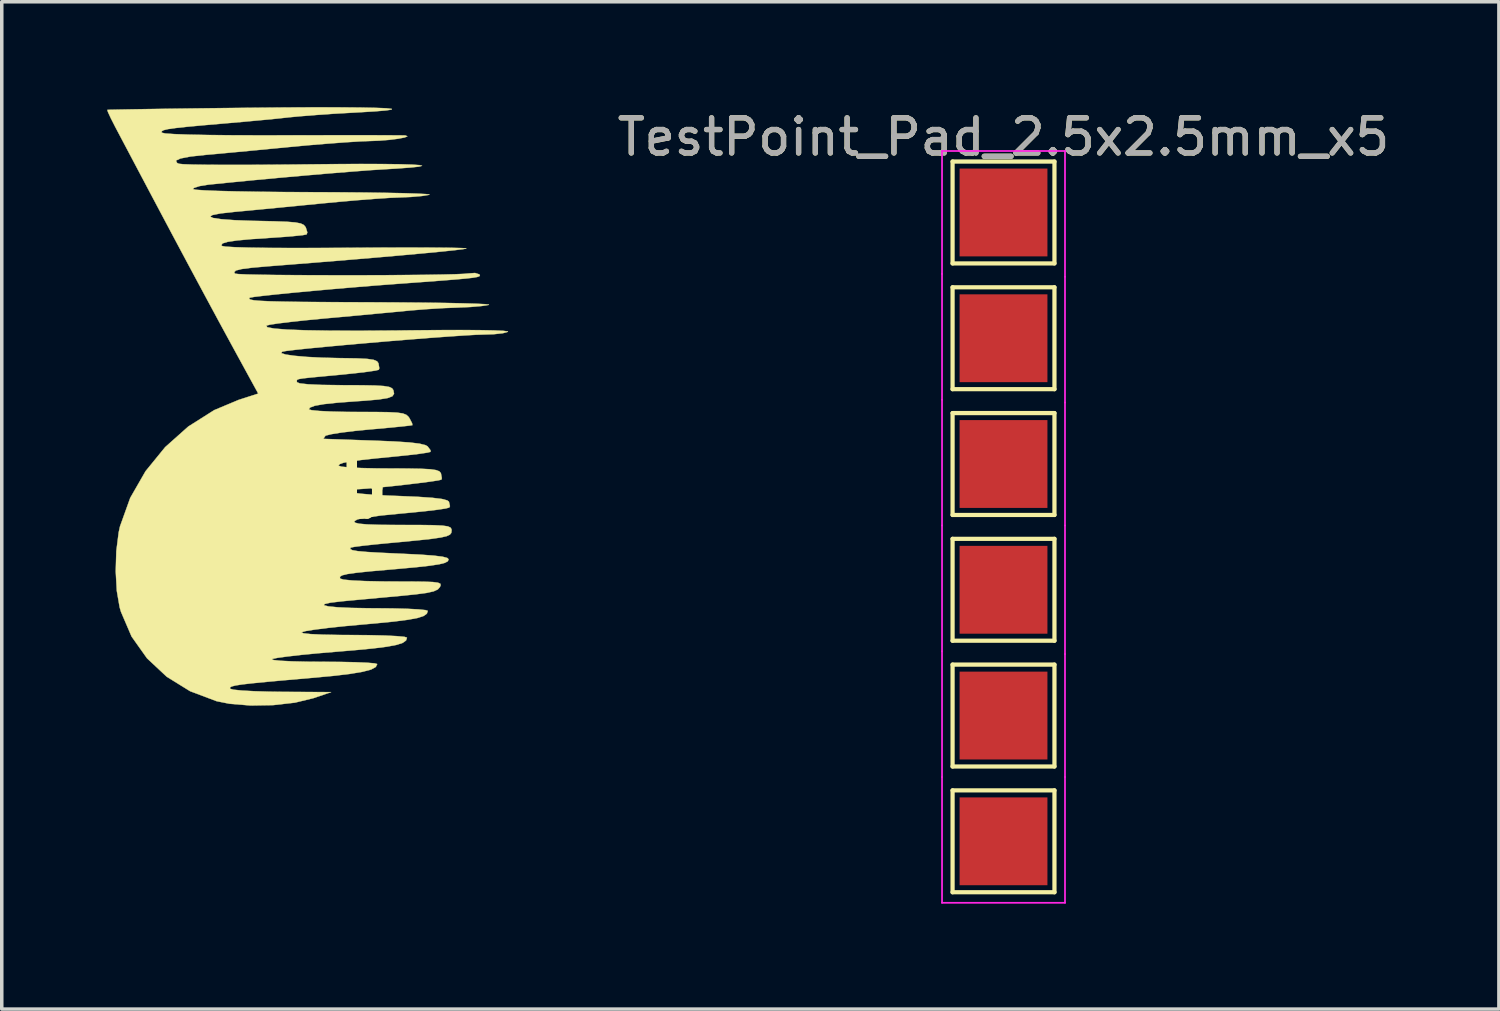
<source format=kicad_pcb>
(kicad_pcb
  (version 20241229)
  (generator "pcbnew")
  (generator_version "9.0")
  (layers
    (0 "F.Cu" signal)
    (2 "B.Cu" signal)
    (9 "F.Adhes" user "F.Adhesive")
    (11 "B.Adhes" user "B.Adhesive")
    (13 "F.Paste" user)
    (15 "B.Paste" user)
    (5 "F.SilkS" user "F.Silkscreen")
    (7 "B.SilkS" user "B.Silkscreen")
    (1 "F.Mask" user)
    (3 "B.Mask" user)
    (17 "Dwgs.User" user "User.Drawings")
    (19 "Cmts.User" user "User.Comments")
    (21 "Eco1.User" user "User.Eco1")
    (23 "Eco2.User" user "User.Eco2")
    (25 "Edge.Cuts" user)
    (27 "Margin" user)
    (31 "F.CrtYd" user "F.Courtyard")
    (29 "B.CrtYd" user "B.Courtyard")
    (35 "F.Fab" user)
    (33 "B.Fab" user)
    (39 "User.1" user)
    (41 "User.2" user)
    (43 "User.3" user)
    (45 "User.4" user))
  (footprint "adilb"
    (layer "F.Cu")
    (at 5.148 10.877)
    (property "Reference" "adilb" (at 0 0 0) (layer "F.SilkS") (effects (font (size 1.524 1.524) (thickness 0.3))))
    (attr through_hole)
    (fp_poly (pts (xy 1.473 -10.871) (xy 2.057 -10.866) (xy 2.501 -10.857) (xy 2.8 -10.845) (xy 2.952 -10.828) (xy 2.951 -10.808) (xy 2.795 -10.784) (xy 2.478 -10.757) (xy 1.997 -10.728) (xy 1.799 -10.717) (xy 1.302 -10.689) (xy 0.8 -10.654) (xy 0.351 -10.618) (xy 0.011 -10.586) (xy 0 -10.584) (xy -0.336 -10.548) (xy -0.783 -10.505) (xy -1.283 -10.459) (xy -1.777 -10.416) (xy -1.778 -10.416) (xy -2.392 -10.363) (xy -2.856 -10.32) (xy -3.19 -10.284) (xy -3.411 -10.253) (xy -3.54 -10.222) (xy -3.595 -10.19) (xy -3.595 -10.154) (xy -3.592 -10.15) (xy -3.494 -10.128) (xy -3.234 -10.11) (xy -2.819 -10.095) (xy -2.256 -10.084) (xy -1.554 -10.077) (xy -0.718 -10.075) (xy -0.141 -10.076) (xy 0.604 -10.077) (xy 1.296 -10.078) (xy 1.917 -10.078) (xy 2.45 -10.078) (xy 2.875 -10.076) (xy 3.174 -10.075) (xy 3.328 -10.072) (xy 3.344 -10.071) (xy 3.399 -10.046) (xy 3.318 -10.013) (xy 3.135 -9.978) (xy 2.884 -9.946) (xy 2.597 -9.923) (xy 2.361 -9.914) (xy 2.069 -9.903) (xy 1.649 -9.877) (xy 1.14 -9.839) (xy 0.582 -9.793) (xy 0.032 -9.742) (xy -0.538 -9.687) (xy -1.101 -9.633) (xy -1.616 -9.585) (xy -2.042 -9.545) (xy -2.328 -9.52) (xy -2.773 -9.472) (xy -3.062 -9.416) (xy -3.191 -9.355) (xy -3.157 -9.289) (xy -3.104 -9.265) (xy -2.987 -9.253) (xy -2.72 -9.243) (xy -2.322 -9.237) (xy -1.812 -9.234) (xy -1.208 -9.234) (xy -0.531 -9.238) (xy 0.201 -9.244) (xy 0.431 -9.247) (xy 1.31 -9.256) (xy 2.065 -9.26) (xy 2.692 -9.258) (xy 3.185 -9.252) (xy 3.54 -9.241) (xy 3.753 -9.226) (xy 3.817 -9.207) (xy 3.73 -9.184) (xy 3.485 -9.158) (xy 3.079 -9.128) (xy 2.773 -9.11) (xy 2.358 -9.084) (xy 1.81 -9.042) (xy 1.164 -8.99) (xy 0.453 -8.929) (xy -0.286 -8.863) (xy -1.019 -8.795) (xy -1.711 -8.727) (xy -2.265 -8.671) (xy -2.513 -8.631) (xy -2.674 -8.579) (xy -2.709 -8.545) (xy -2.627 -8.526) (xy -2.387 -8.509) (xy -2.003 -8.493) (xy -1.488 -8.48) (xy -0.852 -8.469) (xy -0.11 -8.461) (xy 0.726 -8.457) (xy 0.783 -8.457) (xy 1.522 -8.453) (xy 2.196 -8.447) (xy 2.788 -8.438) (xy 3.284 -8.428) (xy 3.666 -8.416) (xy 3.92 -8.403) (xy 4.028 -8.389) (xy 4.022 -8.382) (xy 3.805 -8.347) (xy 3.491 -8.32) (xy 3.177 -8.307) (xy 2.905 -8.296) (xy 2.502 -8.269) (xy 2.007 -8.231) (xy 1.459 -8.183) (xy 0.895 -8.13) (xy 0.891 -8.129) (xy 0.315 -8.073) (xy -0.257 -8.017) (xy -0.783 -7.966) (xy -1.223 -7.924) (xy -1.524 -7.896) (xy -1.918 -7.852) (xy -2.148 -7.807) (xy -2.218 -7.764) (xy -2.134 -7.723) (xy -1.901 -7.688) (xy -1.524 -7.66) (xy -1.008 -7.641) (xy -0.891 -7.639) (xy -0.389 -7.628) (xy -0.03 -7.615) (xy 0.212 -7.595) (xy 0.363 -7.566) (xy 0.451 -7.523) (xy 0.501 -7.463) (xy 0.506 -7.454) (xy 0.55 -7.311) (xy 0.529 -7.254) (xy 0.424 -7.234) (xy 0.186 -7.209) (xy -0.146 -7.181) (xy -0.466 -7.159) (xy -1.033 -7.121) (xy -1.445 -7.083) (xy -1.717 -7.043) (xy -1.863 -6.999) (xy -1.896 -6.949) (xy -1.88 -6.926) (xy -1.776 -6.907) (xy -1.514 -6.891) (xy -1.107 -6.879) (xy -0.564 -6.871) (xy 0.101 -6.868) (xy 0.877 -6.869) (xy 1.64 -6.873) (xy 2.385 -6.878) (xy 3.074 -6.88) (xy 3.69 -6.88) (xy 4.215 -6.878) (xy 4.631 -6.874) (xy 4.921 -6.867) (xy 5.066 -6.859) (xy 5.08 -6.855) (xy 4.998 -6.837) (xy 4.76 -6.807) (xy 4.379 -6.767) (xy 3.869 -6.718) (xy 3.243 -6.661) (xy 2.514 -6.597) (xy 1.694 -6.528) (xy 0.798 -6.455) (xy -0.161 -6.379) (xy -0.579 -6.346) (xy -1.024 -6.307) (xy -1.319 -6.269) (xy -1.482 -6.228) (xy -1.532 -6.18) (xy -1.509 -6.138) (xy -1.415 -6.126) (xy -1.174 -6.115) (xy -0.809 -6.107) (xy -0.342 -6.1) (xy 0.205 -6.096) (xy 0.809 -6.093) (xy 1.448 -6.092) (xy 2.099 -6.092) (xy 2.74 -6.094) (xy 3.349 -6.099) (xy 3.903 -6.104) (xy 4.379 -6.112) (xy 4.756 -6.121) (xy 5.01 -6.132) (xy 5.108 -6.141) (xy 5.323 -6.157) (xy 5.447 -6.117) (xy 5.452 -6.111) (xy 5.462 -6.085) (xy 5.445 -6.062) (xy 5.384 -6.042) (xy 5.261 -6.021) (xy 5.059 -5.998) (xy 4.759 -5.971) (xy 4.344 -5.938) (xy 3.796 -5.897) (xy 3.099 -5.846) (xy 3.048 -5.842) (xy 2.479 -5.799) (xy 1.882 -5.75) (xy 1.279 -5.699) (xy 0.696 -5.646) (xy 0.156 -5.596) (xy -0.317 -5.549) (xy -0.697 -5.508) (xy -0.962 -5.476) (xy -1.087 -5.454) (xy -1.094 -5.451) (xy -1.107 -5.423) (xy -1.07 -5.399) (xy -0.969 -5.379) (xy -0.791 -5.364) (xy -0.522 -5.351) (xy -0.149 -5.342) (xy 0.342 -5.334) (xy 0.965 -5.329) (xy 1.732 -5.325) (xy 2.463 -5.322) (xy 3.203 -5.318) (xy 3.878 -5.312) (xy 4.473 -5.304) (xy 4.97 -5.293) (xy 5.355 -5.282) (xy 5.61 -5.269) (xy 5.721 -5.255) (xy 5.715 -5.248) (xy 5.503 -5.215) (xy 5.189 -5.188) (xy 4.839 -5.173) (xy 4.826 -5.172) (xy 4.435 -5.157) (xy 3.963 -5.128) (xy 3.497 -5.091) (xy 3.387 -5.08) (xy 3.029 -5.046) (xy 2.55 -5.001) (xy 1.997 -4.949) (xy 1.418 -4.896) (xy 1.016 -4.86) (xy 0.517 -4.812) (xy 0.076 -4.764) (xy -0.278 -4.721) (xy -0.519 -4.684) (xy -0.618 -4.658) (xy -0.59 -4.612) (xy -0.394 -4.575) (xy -0.03 -4.546) (xy 0.499 -4.526) (xy 1.194 -4.515) (xy 2.052 -4.513) (xy 3.074 -4.519) (xy 3.466 -4.524) (xy 4.239 -4.531) (xy 4.904 -4.533) (xy 5.449 -4.53) (xy 5.865 -4.522) (xy 6.138 -4.509) (xy 6.259 -4.492) (xy 6.26 -4.482) (xy 6.116 -4.442) (xy 5.861 -4.414) (xy 5.588 -4.405) (xy 5.363 -4.398) (xy 5.012 -4.378) (xy 4.558 -4.347) (xy 4.026 -4.308) (xy 3.442 -4.262) (xy 2.829 -4.212) (xy 2.213 -4.159) (xy 1.619 -4.107) (xy 1.07 -4.056) (xy 0.592 -4.01) (xy 0.209 -3.969) (xy -0.053 -3.937) (xy -0.169 -3.915) (xy -0.19 -3.875) (xy -0.064 -3.835) (xy 0.185 -3.799) (xy 0.537 -3.768) (xy 0.967 -3.746) (xy 1.453 -3.734) (xy 1.536 -3.733) (xy 1.968 -3.726) (xy 2.26 -3.711) (xy 2.44 -3.684) (xy 2.537 -3.641) (xy 2.575 -3.586) (xy 2.599 -3.445) (xy 2.584 -3.402) (xy 2.487 -3.378) (xy 2.255 -3.344) (xy 1.919 -3.304) (xy 1.512 -3.262) (xy 1.418 -3.253) (xy 0.953 -3.21) (xy 0.63 -3.179) (xy 0.424 -3.156) (xy 0.31 -3.137) (xy 0.26 -3.116) (xy 0.25 -3.09) (xy 0.254 -3.053) (xy 0.254 -3.048) (xy 0.336 -3.014) (xy 0.574 -2.988) (xy 0.955 -2.971) (xy 1.464 -2.964) (xy 1.6 -2.963) (xy 2.112 -2.961) (xy 2.479 -2.954) (xy 2.727 -2.939) (xy 2.88 -2.913) (xy 2.963 -2.874) (xy 2.999 -2.822) (xy 3.019 -2.721) (xy 2.972 -2.648) (xy 2.835 -2.596) (xy 2.586 -2.556) (xy 2.201 -2.522) (xy 1.979 -2.507) (xy 1.426 -2.466) (xy 1.026 -2.424) (xy 0.765 -2.378) (xy 0.626 -2.326) (xy 0.593 -2.275) (xy 0.673 -2.251) (xy 0.894 -2.229) (xy 1.228 -2.213) (xy 1.647 -2.203) (xy 1.969 -2.201) (xy 2.483 -2.2) (xy 2.853 -2.195) (xy 3.106 -2.182) (xy 3.269 -2.158) (xy 3.367 -2.12) (xy 3.428 -2.066) (xy 3.457 -2.024) (xy 3.531 -1.882) (xy 3.541 -1.825) (xy 3.451 -1.811) (xy 3.224 -1.786) (xy 2.89 -1.753) (xy 2.481 -1.716) (xy 2.329 -1.703) (xy 1.895 -1.66) (xy 1.52 -1.614) (xy 1.238 -1.569) (xy 1.081 -1.53) (xy 1.063 -1.52) (xy 1.012 -1.445) (xy 1.02 -1.435) (xy 1.113 -1.431) (xy 1.347 -1.423) (xy 1.692 -1.411) (xy 2.119 -1.396) (xy 2.455 -1.385) (xy 3.032 -1.361) (xy 3.456 -1.333) (xy 3.746 -1.298) (xy 3.918 -1.254) (xy 3.974 -1.221) (xy 4.057 -1.11) (xy 4.057 -1.065) (xy 3.961 -1.042) (xy 3.733 -1.008) (xy 3.408 -0.97) (xy 3.088 -0.937) (xy 2.508 -0.88) (xy 2.077 -0.833) (xy 1.775 -0.792) (xy 1.581 -0.755) (xy 1.476 -0.719) (xy 1.44 -0.68) (xy 1.439 -0.672) (xy 1.52 -0.644) (xy 1.749 -0.621) (xy 2.102 -0.604) (xy 2.559 -0.594) (xy 2.87 -0.593) (xy 3.4 -0.591) (xy 3.785 -0.584) (xy 4.049 -0.57) (xy 4.215 -0.546) (xy 4.307 -0.511) (xy 4.35 -0.461) (xy 4.353 -0.454) (xy 4.379 -0.315) (xy 4.366 -0.274) (xy 4.273 -0.252) (xy 4.049 -0.218) (xy 3.73 -0.177) (xy 3.355 -0.132) (xy 2.959 -0.088) (xy 2.58 -0.049) (xy 2.256 -0.02) (xy 2.023 -0.004) (xy 1.968 -0.002) (xy 1.82 0.027) (xy 1.778 0.072) (xy 1.858 0.099) (xy 2.079 0.127) (xy 2.413 0.155) (xy 2.831 0.179) (xy 3.144 0.191) (xy 3.703 0.215) (xy 4.109 0.243) (xy 4.381 0.276) (xy 4.534 0.317) (xy 4.58 0.352) (xy 4.61 0.481) (xy 4.59 0.52) (xy 4.489 0.547) (xy 4.249 0.583) (xy 3.902 0.624) (xy 3.478 0.667) (xy 3.224 0.69) (xy 2.645 0.747) (xy 2.231 0.802) (xy 1.978 0.857) (xy 1.884 0.91) (xy 1.908 0.951) (xy 2.024 0.98) (xy 2.251 1) (xy 2.606 1.012) (xy 3.108 1.016) (xy 3.253 1.016) (xy 3.77 1.017) (xy 4.143 1.022) (xy 4.393 1.034) (xy 4.546 1.055) (xy 4.625 1.089) (xy 4.654 1.137) (xy 4.657 1.176) (xy 4.648 1.241) (xy 4.608 1.292) (xy 4.515 1.335) (xy 4.348 1.373) (xy 4.087 1.411) (xy 3.71 1.452) (xy 3.195 1.502) (xy 2.879 1.531) (xy 2.474 1.57) (xy 2.135 1.607) (xy 1.895 1.638) (xy 1.787 1.659) (xy 1.785 1.66) (xy 1.769 1.701) (xy 1.83 1.733) (xy 1.986 1.761) (xy 2.256 1.785) (xy 2.658 1.808) (xy 3.202 1.833) (xy 3.751 1.859) (xy 4.146 1.888) (xy 4.403 1.92) (xy 4.54 1.958) (xy 4.572 1.995) (xy 4.549 2.049) (xy 4.466 2.094) (xy 4.303 2.135) (xy 4.04 2.175) (xy 3.657 2.218) (xy 3.133 2.266) (xy 2.879 2.288) (xy 2.342 2.335) (xy 1.954 2.376) (xy 1.694 2.412) (xy 1.542 2.449) (xy 1.478 2.49) (xy 1.481 2.539) (xy 1.483 2.542) (xy 1.583 2.572) (xy 1.829 2.596) (xy 2.198 2.613) (xy 2.666 2.623) (xy 2.971 2.625) (xy 3.494 2.626) (xy 3.87 2.63) (xy 4.121 2.64) (xy 4.269 2.659) (xy 4.337 2.689) (xy 4.345 2.733) (xy 4.324 2.782) (xy 4.264 2.851) (xy 4.147 2.905) (xy 3.947 2.95) (xy 3.636 2.991) (xy 3.184 3.037) (xy 3.157 3.039) (xy 2.687 3.082) (xy 2.222 3.125) (xy 1.818 3.162) (xy 1.545 3.188) (xy 1.212 3.227) (xy 1.041 3.265) (xy 1.022 3.301) (xy 1.147 3.333) (xy 1.409 3.359) (xy 1.798 3.377) (xy 2.307 3.386) (xy 2.498 3.387) (xy 2.977 3.391) (xy 3.392 3.402) (xy 3.715 3.419) (xy 3.919 3.44) (xy 3.979 3.461) (xy 3.953 3.54) (xy 3.863 3.606) (xy 3.69 3.663) (xy 3.414 3.714) (xy 3.018 3.765) (xy 2.482 3.818) (xy 2.117 3.85) (xy 1.603 3.897) (xy 1.146 3.946) (xy 0.773 3.993) (xy 0.512 4.034) (xy 0.389 4.067) (xy 0.385 4.07) (xy 0.436 4.099) (xy 0.643 4.122) (xy 0.994 4.138) (xy 1.477 4.147) (xy 1.846 4.149) (xy 2.335 4.153) (xy 2.761 4.163) (xy 3.096 4.18) (xy 3.313 4.2) (xy 3.387 4.223) (xy 3.36 4.304) (xy 3.268 4.371) (xy 3.092 4.429) (xy 2.815 4.481) (xy 2.418 4.531) (xy 1.883 4.582) (xy 1.391 4.623) (xy 0.859 4.668) (xy 0.382 4.714) (xy -0.012 4.759) (xy -0.297 4.798) (xy -0.447 4.829) (xy -0.461 4.837) (xy -0.409 4.861) (xy -0.208 4.882) (xy 0.119 4.898) (xy 0.552 4.908) (xy 0.999 4.911) (xy 1.489 4.914) (xy 1.914 4.923) (xy 2.249 4.937) (xy 2.466 4.955) (xy 2.54 4.975) (xy 2.499 5.058) (xy 2.366 5.131) (xy 2.124 5.195) (xy 1.76 5.256) (xy 1.256 5.315) (xy 0.625 5.373) (xy -0.066 5.433) (xy -0.606 5.482) (xy -1.013 5.522) (xy -1.303 5.555) (xy -1.494 5.585) (xy -1.604 5.613) (xy -1.651 5.642) (xy -1.65 5.673) (xy -1.648 5.678) (xy -1.551 5.705) (xy -1.314 5.729) (xy -0.965 5.748) (xy -0.534 5.761) (xy -0.186 5.766) (xy 1.228 5.774) (xy 0.72 5.947) (xy 0.196 6.074) (xy -0.421 6.144) (xy -1.064 6.155) (xy -1.667 6.105) (xy -2.032 6.032) (xy -2.786 5.748) (xy -3.452 5.336) (xy -4.013 4.811) (xy -4.453 4.191) (xy -4.754 3.49) (xy -4.793 3.357) (xy -4.873 2.892) (xy -4.904 2.335) (xy -4.887 1.758) (xy -4.82 1.23) (xy -4.782 1.055) (xy -4.491 0.245) (xy -4.055 -0.514) (xy -3.497 -1.199) (xy -2.838 -1.786) (xy -2.1 -2.253) (xy -1.405 -2.544) (xy -0.847 -2.724) (xy -1.133 -3.246) (xy -1.544 -3.998) (xy -1.959 -4.761) (xy -2.388 -5.557) (xy -2.843 -6.405) (xy -3.335 -7.327) (xy -3.875 -8.344) (xy -4.474 -9.476) (xy -4.922 -10.323) (xy -5.045 -10.565) (xy -5.125 -10.738) (xy -5.143 -10.799) (xy -5.057 -10.803) (xy -4.818 -10.808) (xy -4.443 -10.815) (xy -3.948 -10.823) (xy -3.349 -10.832) (xy -2.664 -10.841) (xy -1.909 -10.85) (xy -1.1 -10.859) (xy -1.079 -10.859) (xy -0.099 -10.868) (xy 0.753 -10.872) (xy 1.473 -10.871)) (stroke (width 0.01) (type solid)) (fill yes) (layer "F.SilkS")))
  (footprint "TestPoint_Pad_2.5x2.5mm_x5"
    (layer "F.Cu")
    (at 25.502 11.99)
    (property "Reference" "TestPoint_Pad_2.5x2.5mm_x5" (at 0.013 -11.14 0) (layer "F.SilkS") (effects (font (size 1 1) (thickness 0.15))))
    (attr exclude_from_pos_files exclude_from_bom)
    (fp_line (start -1.437 -10.442) (end 1.463 -10.442) (stroke (width 0.12) (type solid)) (layer "F.SilkS"))
    (fp_line (start -1.437 -7.542) (end -1.437 -10.442) (stroke (width 0.12) (type solid)) (layer "F.SilkS"))
    (fp_line (start -1.437 -6.862) (end 1.463 -6.862) (stroke (width 0.12) (type solid)) (layer "F.SilkS"))
    (fp_line (start -1.437 -3.962) (end -1.437 -6.862) (stroke (width 0.12) (type solid)) (layer "F.SilkS"))
    (fp_line (start -1.437 -3.282) (end 1.463 -3.282) (stroke (width 0.12) (type solid)) (layer "F.SilkS"))
    (fp_line (start -1.437 -0.382) (end -1.437 -3.282) (stroke (width 0.12) (type solid)) (layer "F.SilkS"))
    (fp_line (start -1.437 0.298) (end 1.463 0.298) (stroke (width 0.12) (type solid)) (layer "F.SilkS"))
    (fp_line (start -1.437 3.198) (end -1.437 0.298) (stroke (width 0.12) (type solid)) (layer "F.SilkS"))
    (fp_line (start -1.437 3.878) (end 1.463 3.878) (stroke (width 0.12) (type solid)) (layer "F.SilkS"))
    (fp_line (start -1.437 6.778) (end -1.437 3.878) (stroke (width 0.12) (type solid)) (layer "F.SilkS"))
    (fp_line (start -1.437 7.458) (end 1.463 7.458) (stroke (width 0.12) (type solid)) (layer "F.SilkS"))
    (fp_line (start -1.437 10.358) (end -1.437 7.458) (stroke (width 0.12) (type solid)) (layer "F.SilkS"))
    (fp_line (start 1.463 -10.442) (end 1.463 -7.542) (stroke (width 0.12) (type solid)) (layer "F.SilkS"))
    (fp_line (start 1.463 -7.542) (end -1.437 -7.542) (stroke (width 0.12) (type solid)) (layer "F.SilkS"))
    (fp_line (start 1.463 -6.862) (end 1.463 -3.962) (stroke (width 0.12) (type solid)) (layer "F.SilkS"))
    (fp_line (start 1.463 -3.962) (end -1.437 -3.962) (stroke (width 0.12) (type solid)) (layer "F.SilkS"))
    (fp_line (start 1.463 -3.282) (end 1.463 -0.382) (stroke (width 0.12) (type solid)) (layer "F.SilkS"))
    (fp_line (start 1.463 -0.382) (end -1.437 -0.382) (stroke (width 0.12) (type solid)) (layer "F.SilkS"))
    (fp_line (start 1.463 0.298) (end 1.463 3.198) (stroke (width 0.12) (type solid)) (layer "F.SilkS"))
    (fp_line (start 1.463 3.198) (end -1.437 3.198) (stroke (width 0.12) (type solid)) (layer "F.SilkS"))
    (fp_line (start 1.463 3.878) (end 1.463 6.778) (stroke (width 0.12) (type solid)) (layer "F.SilkS"))
    (fp_line (start 1.463 6.778) (end -1.437 6.778) (stroke (width 0.12) (type solid)) (layer "F.SilkS"))
    (fp_line (start 1.463 7.458) (end 1.463 10.358) (stroke (width 0.12) (type solid)) (layer "F.SilkS"))
    (fp_line (start 1.463 10.358) (end -1.437 10.358) (stroke (width 0.12) (type solid)) (layer "F.SilkS"))
    (fp_line (start -1.737 -10.742) (end -1.737 -7.242) (stroke (width 0.05) (type solid)) (layer "F.CrtYd"))
    (fp_line (start -1.737 -10.742) (end 1.763 -10.742) (stroke (width 0.05) (type solid)) (layer "F.CrtYd"))
    (fp_line (start -1.737 -7.242) (end -1.737 -3.662) (stroke (width 0.05) (type solid)) (layer "F.CrtYd"))
    (fp_line (start -1.737 -3.662) (end -1.737 -0.082) (stroke (width 0.05) (type solid)) (layer "F.CrtYd"))
    (fp_line (start -1.737 -0.082) (end -1.737 3.498) (stroke (width 0.05) (type solid)) (layer "F.CrtYd"))
    (fp_line (start -1.737 3.498) (end -1.737 7.078) (stroke (width 0.05) (type solid)) (layer "F.CrtYd"))
    (fp_line (start -1.737 7.078) (end -1.737 10.658) (stroke (width 0.05) (type solid)) (layer "F.CrtYd"))
    (fp_line (start 1.763 -7.162) (end 1.763 -10.742) (stroke (width 0.05) (type solid)) (layer "F.CrtYd"))
    (fp_line (start 1.763 -3.582) (end 1.763 -7.162) (stroke (width 0.05) (type solid)) (layer "F.CrtYd"))
    (fp_line (start 1.763 -0.082) (end 1.763 -3.582) (stroke (width 0.05) (type solid)) (layer "F.CrtYd"))
    (fp_line (start 1.763 3.578) (end 1.763 -0.082) (stroke (width 0.05) (type solid)) (layer "F.CrtYd"))
    (fp_line (start 1.763 7.078) (end 1.763 3.578) (stroke (width 0.05) (type solid)) (layer "F.CrtYd"))
    (fp_line (start 1.763 10.658) (end -1.737 10.658) (stroke (width 0.05) (type solid)) (layer "F.CrtYd"))
    (fp_line (start 1.763 10.658) (end 1.763 7.078) (stroke (width 0.05) (type solid)) (layer "F.CrtYd"))
    (fp_text user "${REFERENCE}" (at 0.013 -11.142 0) (layer "F.Fab") (effects (font (size 1 1) (thickness 0.15))))
    (pad "1" smd rect (at 0.013 -8.992) (size 2.5 2.5) (layers "F.Cu" "F.Mask"))
    (pad "2" smd rect (at 0.013 -5.412) (size 2.5 2.5) (layers "F.Cu" "F.Mask"))
    (pad "3" smd rect (at 0.013 -1.832) (size 2.5 2.5) (layers "F.Cu" "F.Mask"))
    (pad "4" smd rect (at 0.013 1.748) (size 2.5 2.5) (layers "F.Cu" "F.Mask"))
    (pad "5" smd rect (at 0.013 5.328) (size 2.5 2.5) (layers "F.Cu" "F.Mask"))
    (pad "6" smd rect (at 0.013 8.908) (size 2.5 2.5) (layers "F.Cu" "F.Mask")))
  (gr_rect
    (start -3 -3)
    (end 39.616 25.673)
    (stroke (width 0.1) (type default))
    (fill no)
    (layer "Edge.Cuts")))
</source>
